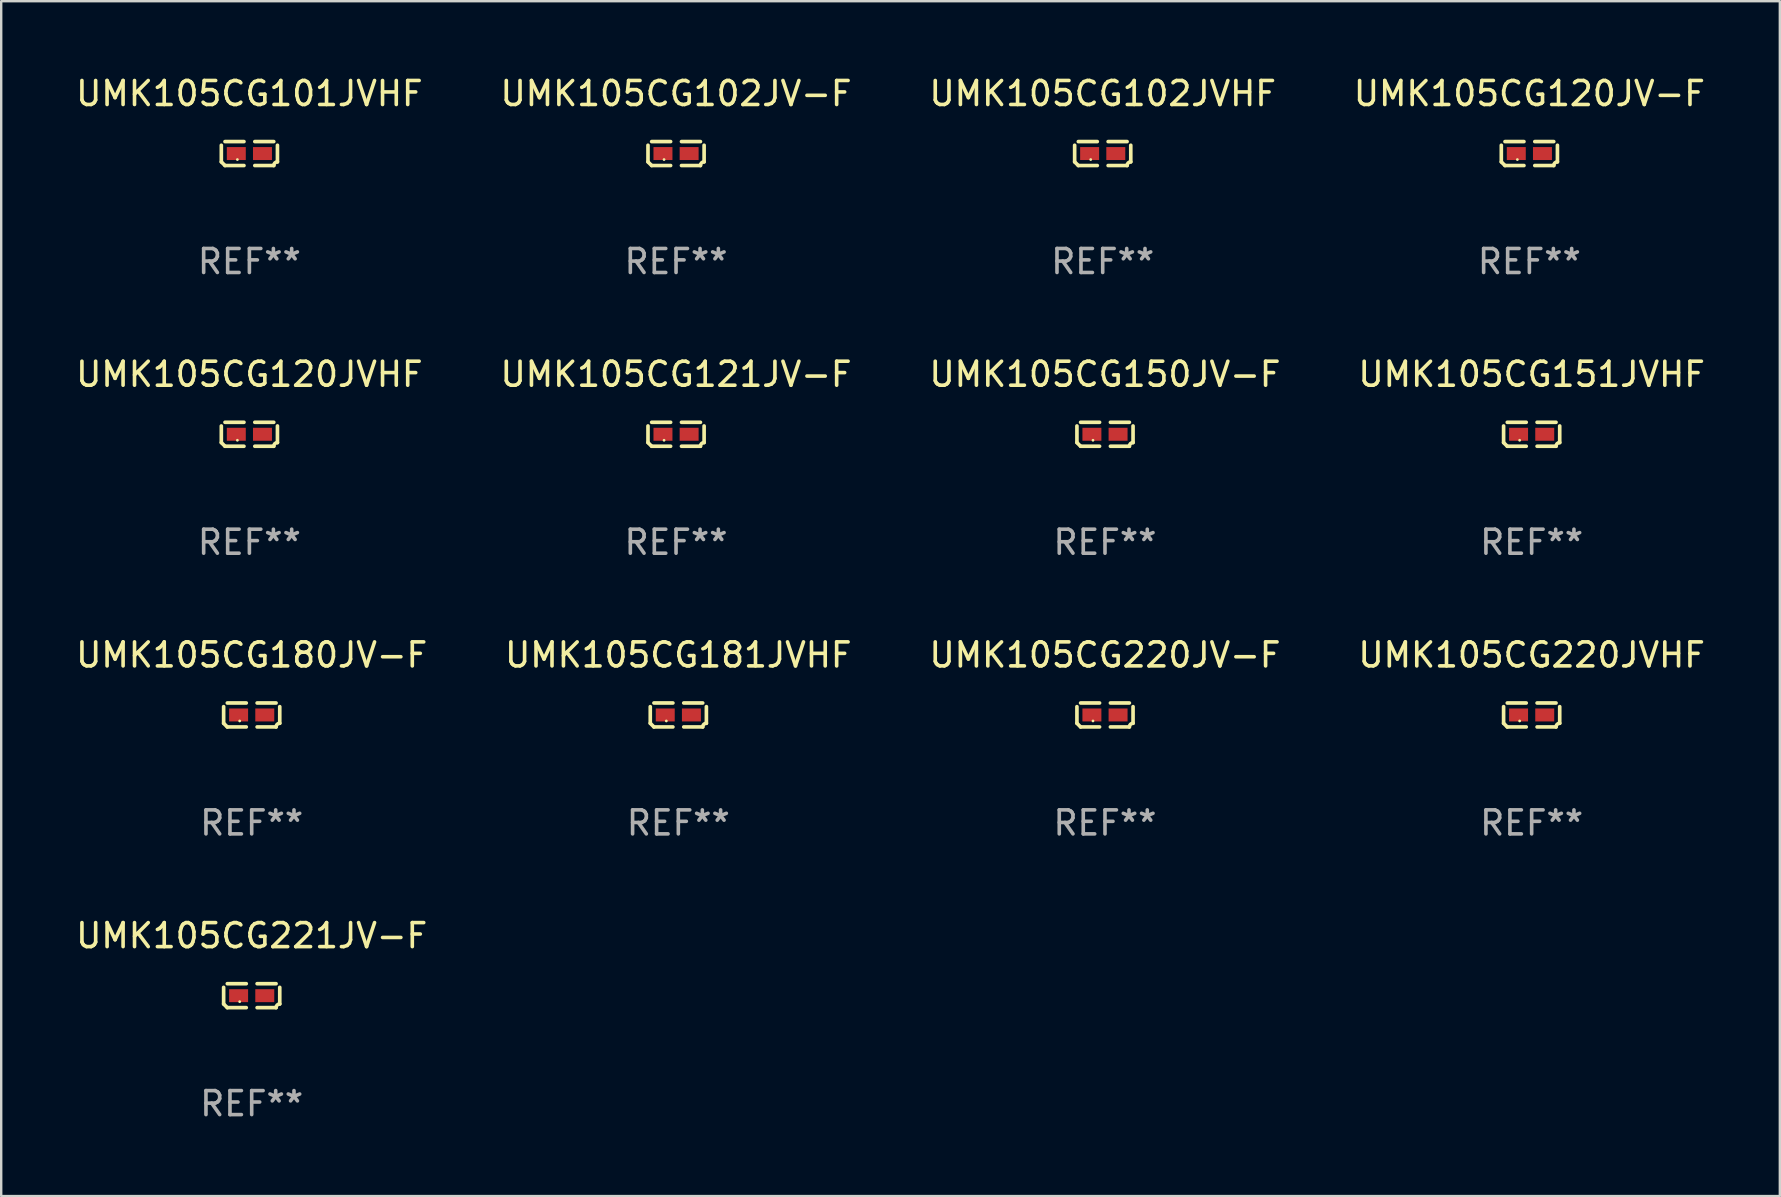
<source format=kicad_pcb>
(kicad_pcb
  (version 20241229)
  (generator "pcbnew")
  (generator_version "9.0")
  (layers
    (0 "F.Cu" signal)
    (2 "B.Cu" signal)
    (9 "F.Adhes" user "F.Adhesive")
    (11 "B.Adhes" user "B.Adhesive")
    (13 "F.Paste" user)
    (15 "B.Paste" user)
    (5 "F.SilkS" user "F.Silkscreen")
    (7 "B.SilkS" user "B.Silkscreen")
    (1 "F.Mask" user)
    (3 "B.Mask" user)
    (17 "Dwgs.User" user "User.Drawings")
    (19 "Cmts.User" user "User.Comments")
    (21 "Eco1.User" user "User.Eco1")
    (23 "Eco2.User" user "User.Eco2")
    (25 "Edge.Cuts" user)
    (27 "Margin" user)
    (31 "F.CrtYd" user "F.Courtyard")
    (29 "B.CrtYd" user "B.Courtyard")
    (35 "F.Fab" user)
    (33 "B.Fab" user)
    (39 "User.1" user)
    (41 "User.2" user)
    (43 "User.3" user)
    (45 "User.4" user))
  (footprint "UMK105CG220JV-F"
    (layer "F.Cu")
    (at 42.982 26.734)
    (property "Reference" "UMK105CG220JV-F" (at 0 -2.499 0) (layer "F.SilkS") (effects (font (size 1 1) (thickness 0.15))))
    (attr through_hole)
    (fp_line (start -1.169 0.346) (end -1.169 -0.346) (stroke (width 0.152) (type solid)) (layer "F.SilkS"))
    (fp_line (start -1.016 -0.499) (end -0.226 -0.499) (stroke (width 0.152) (type solid)) (layer "F.SilkS"))
    (fp_line (start -0.226 0.499) (end -1.016 0.499) (stroke (width 0.152) (type solid)) (layer "F.SilkS"))
    (fp_line (start 0.226 0.499) (end 1.016 0.499) (stroke (width 0.152) (type solid)) (layer "F.SilkS"))
    (fp_line (start 1.016 -0.499) (end 0.226 -0.499) (stroke (width 0.152) (type solid)) (layer "F.SilkS"))
    (fp_line (start 1.169 0.346) (end 1.169 -0.346) (stroke (width 0.152) (type solid)) (layer "F.SilkS"))
    (fp_arc (start -1.016307 0.498603) (mid -1.092512 0.422405) (end -1.16871 0.3462) (stroke (width 0.1524) (type solid)) (layer "F.SilkS"))
    (fp_arc (start 1.016307 0.498603) (mid 1.060899 0.390758) (end 1.168707 0.346076) (stroke (width 0.1524) (type solid)) (layer "F.SilkS"))
    (fp_circle (center -0.5 0.25) (end -0.47 0.25) (stroke (width 0.06) (type solid)) (fill no) (layer "F.SilkS"))
    (fp_text user "REF**" (at 0 4.499 0) (layer "F.Fab") (effects (font (size 1 1) (thickness 0.15))))
    (pad "1" smd rect (at -0.545 0) (size 0.79 0.54) (layers "F.Cu" "F.Mask" "F.Paste"))
    (pad "2" smd rect (at 0.545 0) (size 0.79 0.54) (layers "F.Cu" "F.Mask" "F.Paste")))
  (footprint "UMK105CG102JVHF"
    (layer "F.Cu")
    (at 42.887 3.347)
    (property "Reference" "UMK105CG102JVHF" (at 0 -2.499 0) (layer "F.SilkS") (effects (font (size 1 1) (thickness 0.15))))
    (attr through_hole)
    (fp_line (start -1.169 0.346) (end -1.169 -0.346) (stroke (width 0.152) (type solid)) (layer "F.SilkS"))
    (fp_line (start -1.016 -0.499) (end -0.226 -0.499) (stroke (width 0.152) (type solid)) (layer "F.SilkS"))
    (fp_line (start -0.226 0.499) (end -1.016 0.499) (stroke (width 0.152) (type solid)) (layer "F.SilkS"))
    (fp_line (start 0.226 0.499) (end 1.016 0.499) (stroke (width 0.152) (type solid)) (layer "F.SilkS"))
    (fp_line (start 1.016 -0.499) (end 0.226 -0.499) (stroke (width 0.152) (type solid)) (layer "F.SilkS"))
    (fp_line (start 1.169 0.346) (end 1.169 -0.346) (stroke (width 0.152) (type solid)) (layer "F.SilkS"))
    (fp_arc (start -1.016307 0.498603) (mid -1.092512 0.422405) (end -1.16871 0.3462) (stroke (width 0.1524) (type solid)) (layer "F.SilkS"))
    (fp_arc (start 1.016307 0.498603) (mid 1.060899 0.390758) (end 1.168707 0.346076) (stroke (width 0.1524) (type solid)) (layer "F.SilkS"))
    (fp_circle (center -0.5 0.25) (end -0.47 0.25) (stroke (width 0.06) (type solid)) (fill no) (layer "F.SilkS"))
    (fp_text user "REF**" (at 0 4.499 0) (layer "F.Fab") (effects (font (size 1 1) (thickness 0.15))))
    (pad "1" smd rect (at -0.545 0) (size 0.79 0.54) (layers "F.Cu" "F.Mask" "F.Paste"))
    (pad "2" smd rect (at 0.545 0) (size 0.79 0.54) (layers "F.Cu" "F.Mask" "F.Paste")))
  (footprint "UMK105CG121JV-F"
    (layer "F.Cu")
    (at 25.113 15.041)
    (property "Reference" "UMK105CG121JV-F" (at 0 -2.499 0) (layer "F.SilkS") (effects (font (size 1 1) (thickness 0.15))))
    (attr through_hole)
    (fp_line (start -1.169 0.346) (end -1.169 -0.346) (stroke (width 0.152) (type solid)) (layer "F.SilkS"))
    (fp_line (start -1.016 -0.499) (end -0.226 -0.499) (stroke (width 0.152) (type solid)) (layer "F.SilkS"))
    (fp_line (start -0.226 0.499) (end -1.016 0.499) (stroke (width 0.152) (type solid)) (layer "F.SilkS"))
    (fp_line (start 0.226 0.499) (end 1.016 0.499) (stroke (width 0.152) (type solid)) (layer "F.SilkS"))
    (fp_line (start 1.016 -0.499) (end 0.226 -0.499) (stroke (width 0.152) (type solid)) (layer "F.SilkS"))
    (fp_line (start 1.169 0.346) (end 1.169 -0.346) (stroke (width 0.152) (type solid)) (layer "F.SilkS"))
    (fp_arc (start -1.016307 0.498603) (mid -1.092512 0.422405) (end -1.16871 0.3462) (stroke (width 0.1524) (type solid)) (layer "F.SilkS"))
    (fp_arc (start 1.016307 0.498603) (mid 1.060899 0.390758) (end 1.168707 0.346076) (stroke (width 0.1524) (type solid)) (layer "F.SilkS"))
    (fp_circle (center -0.5 0.25) (end -0.47 0.25) (stroke (width 0.06) (type solid)) (fill no) (layer "F.SilkS"))
    (fp_text user "REF**" (at 0 4.499 0) (layer "F.Fab") (effects (font (size 1 1) (thickness 0.15))))
    (pad "1" smd rect (at -0.545 0) (size 0.79 0.54) (layers "F.Cu" "F.Mask" "F.Paste"))
    (pad "2" smd rect (at 0.545 0) (size 0.79 0.54) (layers "F.Cu" "F.Mask" "F.Paste")))
  (footprint "UMK105CG120JVHF"
    (layer "F.Cu")
    (at 7.339 15.041)
    (property "Reference" "UMK105CG120JVHF" (at 0 -2.499 0) (layer "F.SilkS") (effects (font (size 1 1) (thickness 0.15))))
    (attr through_hole)
    (fp_line (start -1.169 0.346) (end -1.169 -0.346) (stroke (width 0.152) (type solid)) (layer "F.SilkS"))
    (fp_line (start -1.016 -0.499) (end -0.226 -0.499) (stroke (width 0.152) (type solid)) (layer "F.SilkS"))
    (fp_line (start -0.226 0.499) (end -1.016 0.499) (stroke (width 0.152) (type solid)) (layer "F.SilkS"))
    (fp_line (start 0.226 0.499) (end 1.016 0.499) (stroke (width 0.152) (type solid)) (layer "F.SilkS"))
    (fp_line (start 1.016 -0.499) (end 0.226 -0.499) (stroke (width 0.152) (type solid)) (layer "F.SilkS"))
    (fp_line (start 1.169 0.346) (end 1.169 -0.346) (stroke (width 0.152) (type solid)) (layer "F.SilkS"))
    (fp_arc (start -1.016307 0.498603) (mid -1.092512 0.422405) (end -1.16871 0.3462) (stroke (width 0.1524) (type solid)) (layer "F.SilkS"))
    (fp_arc (start 1.016307 0.498603) (mid 1.060899 0.390758) (end 1.168707 0.346076) (stroke (width 0.1524) (type solid)) (layer "F.SilkS"))
    (fp_circle (center -0.5 0.25) (end -0.47 0.25) (stroke (width 0.06) (type solid)) (fill no) (layer "F.SilkS"))
    (fp_text user "REF**" (at 0 4.499 0) (layer "F.Fab") (effects (font (size 1 1) (thickness 0.15))))
    (pad "1" smd rect (at -0.545 0) (size 0.79 0.54) (layers "F.Cu" "F.Mask" "F.Paste"))
    (pad "2" smd rect (at 0.545 0) (size 0.79 0.54) (layers "F.Cu" "F.Mask" "F.Paste")))
  (footprint "UMK105CG221JV-F"
    (layer "F.Cu")
    (at 7.435 38.428)
    (property "Reference" "UMK105CG221JV-F" (at 0 -2.499 0) (layer "F.SilkS") (effects (font (size 1 1) (thickness 0.15))))
    (attr through_hole)
    (fp_line (start -1.169 0.346) (end -1.169 -0.346) (stroke (width 0.152) (type solid)) (layer "F.SilkS"))
    (fp_line (start -1.016 -0.499) (end -0.226 -0.499) (stroke (width 0.152) (type solid)) (layer "F.SilkS"))
    (fp_line (start -0.226 0.499) (end -1.016 0.499) (stroke (width 0.152) (type solid)) (layer "F.SilkS"))
    (fp_line (start 0.226 0.499) (end 1.016 0.499) (stroke (width 0.152) (type solid)) (layer "F.SilkS"))
    (fp_line (start 1.016 -0.499) (end 0.226 -0.499) (stroke (width 0.152) (type solid)) (layer "F.SilkS"))
    (fp_line (start 1.169 0.346) (end 1.169 -0.346) (stroke (width 0.152) (type solid)) (layer "F.SilkS"))
    (fp_arc (start -1.016307 0.498603) (mid -1.092512 0.422405) (end -1.16871 0.3462) (stroke (width 0.1524) (type solid)) (layer "F.SilkS"))
    (fp_arc (start 1.016307 0.498603) (mid 1.060899 0.390758) (end 1.168707 0.346076) (stroke (width 0.1524) (type solid)) (layer "F.SilkS"))
    (fp_circle (center -0.5 0.25) (end -0.47 0.25) (stroke (width 0.06) (type solid)) (fill no) (layer "F.SilkS"))
    (fp_text user "REF**" (at 0 4.499 0) (layer "F.Fab") (effects (font (size 1 1) (thickness 0.15))))
    (pad "1" smd rect (at -0.545 0) (size 0.79 0.54) (layers "F.Cu" "F.Mask" "F.Paste"))
    (pad "2" smd rect (at 0.545 0) (size 0.79 0.54) (layers "F.Cu" "F.Mask" "F.Paste")))
  (footprint "UMK105CG102JV-F"
    (layer "F.Cu")
    (at 25.113 3.347)
    (property "Reference" "UMK105CG102JV-F" (at 0 -2.499 0) (layer "F.SilkS") (effects (font (size 1 1) (thickness 0.15))))
    (attr through_hole)
    (fp_line (start -1.169 0.346) (end -1.169 -0.346) (stroke (width 0.152) (type solid)) (layer "F.SilkS"))
    (fp_line (start -1.016 -0.499) (end -0.226 -0.499) (stroke (width 0.152) (type solid)) (layer "F.SilkS"))
    (fp_line (start -0.226 0.499) (end -1.016 0.499) (stroke (width 0.152) (type solid)) (layer "F.SilkS"))
    (fp_line (start 0.226 0.499) (end 1.016 0.499) (stroke (width 0.152) (type solid)) (layer "F.SilkS"))
    (fp_line (start 1.016 -0.499) (end 0.226 -0.499) (stroke (width 0.152) (type solid)) (layer "F.SilkS"))
    (fp_line (start 1.169 0.346) (end 1.169 -0.346) (stroke (width 0.152) (type solid)) (layer "F.SilkS"))
    (fp_arc (start -1.016307 0.498603) (mid -1.092512 0.422405) (end -1.16871 0.3462) (stroke (width 0.1524) (type solid)) (layer "F.SilkS"))
    (fp_arc (start 1.016307 0.498603) (mid 1.060899 0.390758) (end 1.168707 0.346076) (stroke (width 0.1524) (type solid)) (layer "F.SilkS"))
    (fp_circle (center -0.5 0.25) (end -0.47 0.25) (stroke (width 0.06) (type solid)) (fill no) (layer "F.SilkS"))
    (fp_text user "REF**" (at 0 4.499 0) (layer "F.Fab") (effects (font (size 1 1) (thickness 0.15))))
    (pad "1" smd rect (at -0.545 0) (size 0.79 0.54) (layers "F.Cu" "F.Mask" "F.Paste"))
    (pad "2" smd rect (at 0.545 0) (size 0.79 0.54) (layers "F.Cu" "F.Mask" "F.Paste")))
  (footprint "UMK105CG150JV-F"
    (layer "F.Cu")
    (at 42.982 15.041)
    (property "Reference" "UMK105CG150JV-F" (at 0 -2.499 0) (layer "F.SilkS") (effects (font (size 1 1) (thickness 0.15))))
    (attr through_hole)
    (fp_line (start -1.169 0.346) (end -1.169 -0.346) (stroke (width 0.152) (type solid)) (layer "F.SilkS"))
    (fp_line (start -1.016 -0.499) (end -0.226 -0.499) (stroke (width 0.152) (type solid)) (layer "F.SilkS"))
    (fp_line (start -0.226 0.499) (end -1.016 0.499) (stroke (width 0.152) (type solid)) (layer "F.SilkS"))
    (fp_line (start 0.226 0.499) (end 1.016 0.499) (stroke (width 0.152) (type solid)) (layer "F.SilkS"))
    (fp_line (start 1.016 -0.499) (end 0.226 -0.499) (stroke (width 0.152) (type solid)) (layer "F.SilkS"))
    (fp_line (start 1.169 0.346) (end 1.169 -0.346) (stroke (width 0.152) (type solid)) (layer "F.SilkS"))
    (fp_arc (start -1.016307 0.498603) (mid -1.092512 0.422405) (end -1.16871 0.3462) (stroke (width 0.1524) (type solid)) (layer "F.SilkS"))
    (fp_arc (start 1.016307 0.498603) (mid 1.060899 0.390758) (end 1.168707 0.346076) (stroke (width 0.1524) (type solid)) (layer "F.SilkS"))
    (fp_circle (center -0.5 0.25) (end -0.47 0.25) (stroke (width 0.06) (type solid)) (fill no) (layer "F.SilkS"))
    (fp_text user "REF**" (at 0 4.499 0) (layer "F.Fab") (effects (font (size 1 1) (thickness 0.15))))
    (pad "1" smd rect (at -0.545 0) (size 0.79 0.54) (layers "F.Cu" "F.Mask" "F.Paste"))
    (pad "2" smd rect (at 0.545 0) (size 0.79 0.54) (layers "F.Cu" "F.Mask" "F.Paste")))
  (footprint "UMK105CG151JVHF"
    (layer "F.Cu")
    (at 60.756 15.041)
    (property "Reference" "UMK105CG151JVHF" (at 0 -2.499 0) (layer "F.SilkS") (effects (font (size 1 1) (thickness 0.15))))
    (attr through_hole)
    (fp_line (start -1.169 0.346) (end -1.169 -0.346) (stroke (width 0.152) (type solid)) (layer "F.SilkS"))
    (fp_line (start -1.016 -0.499) (end -0.226 -0.499) (stroke (width 0.152) (type solid)) (layer "F.SilkS"))
    (fp_line (start -0.226 0.499) (end -1.016 0.499) (stroke (width 0.152) (type solid)) (layer "F.SilkS"))
    (fp_line (start 0.226 0.499) (end 1.016 0.499) (stroke (width 0.152) (type solid)) (layer "F.SilkS"))
    (fp_line (start 1.016 -0.499) (end 0.226 -0.499) (stroke (width 0.152) (type solid)) (layer "F.SilkS"))
    (fp_line (start 1.169 0.346) (end 1.169 -0.346) (stroke (width 0.152) (type solid)) (layer "F.SilkS"))
    (fp_arc (start -1.016307 0.498603) (mid -1.092512 0.422405) (end -1.16871 0.3462) (stroke (width 0.1524) (type solid)) (layer "F.SilkS"))
    (fp_arc (start 1.016307 0.498603) (mid 1.060899 0.390758) (end 1.168707 0.346076) (stroke (width 0.1524) (type solid)) (layer "F.SilkS"))
    (fp_circle (center -0.5 0.25) (end -0.47 0.25) (stroke (width 0.06) (type solid)) (fill no) (layer "F.SilkS"))
    (fp_text user "REF**" (at 0 4.499 0) (layer "F.Fab") (effects (font (size 1 1) (thickness 0.15))))
    (pad "1" smd rect (at -0.545 0) (size 0.79 0.54) (layers "F.Cu" "F.Mask" "F.Paste"))
    (pad "2" smd rect (at 0.545 0) (size 0.79 0.54) (layers "F.Cu" "F.Mask" "F.Paste")))
  (footprint "UMK105CG180JV-F"
    (layer "F.Cu")
    (at 7.435 26.734)
    (property "Reference" "UMK105CG180JV-F" (at 0 -2.499 0) (layer "F.SilkS") (effects (font (size 1 1) (thickness 0.15))))
    (attr through_hole)
    (fp_line (start -1.169 0.346) (end -1.169 -0.346) (stroke (width 0.152) (type solid)) (layer "F.SilkS"))
    (fp_line (start -1.016 -0.499) (end -0.226 -0.499) (stroke (width 0.152) (type solid)) (layer "F.SilkS"))
    (fp_line (start -0.226 0.499) (end -1.016 0.499) (stroke (width 0.152) (type solid)) (layer "F.SilkS"))
    (fp_line (start 0.226 0.499) (end 1.016 0.499) (stroke (width 0.152) (type solid)) (layer "F.SilkS"))
    (fp_line (start 1.016 -0.499) (end 0.226 -0.499) (stroke (width 0.152) (type solid)) (layer "F.SilkS"))
    (fp_line (start 1.169 0.346) (end 1.169 -0.346) (stroke (width 0.152) (type solid)) (layer "F.SilkS"))
    (fp_arc (start -1.016307 0.498603) (mid -1.092512 0.422405) (end -1.16871 0.3462) (stroke (width 0.1524) (type solid)) (layer "F.SilkS"))
    (fp_arc (start 1.016307 0.498603) (mid 1.060899 0.390758) (end 1.168707 0.346076) (stroke (width 0.1524) (type solid)) (layer "F.SilkS"))
    (fp_circle (center -0.5 0.25) (end -0.47 0.25) (stroke (width 0.06) (type solid)) (fill no) (layer "F.SilkS"))
    (fp_text user "REF**" (at 0 4.499 0) (layer "F.Fab") (effects (font (size 1 1) (thickness 0.15))))
    (pad "1" smd rect (at -0.545 0) (size 0.79 0.54) (layers "F.Cu" "F.Mask" "F.Paste"))
    (pad "2" smd rect (at 0.545 0) (size 0.79 0.54) (layers "F.Cu" "F.Mask" "F.Paste")))
  (footprint "UMK105CG220JVHF"
    (layer "F.Cu")
    (at 60.756 26.734)
    (property "Reference" "UMK105CG220JVHF" (at 0 -2.499 0) (layer "F.SilkS") (effects (font (size 1 1) (thickness 0.15))))
    (attr through_hole)
    (fp_line (start -1.169 0.346) (end -1.169 -0.346) (stroke (width 0.152) (type solid)) (layer "F.SilkS"))
    (fp_line (start -1.016 -0.499) (end -0.226 -0.499) (stroke (width 0.152) (type solid)) (layer "F.SilkS"))
    (fp_line (start -0.226 0.499) (end -1.016 0.499) (stroke (width 0.152) (type solid)) (layer "F.SilkS"))
    (fp_line (start 0.226 0.499) (end 1.016 0.499) (stroke (width 0.152) (type solid)) (layer "F.SilkS"))
    (fp_line (start 1.016 -0.499) (end 0.226 -0.499) (stroke (width 0.152) (type solid)) (layer "F.SilkS"))
    (fp_line (start 1.169 0.346) (end 1.169 -0.346) (stroke (width 0.152) (type solid)) (layer "F.SilkS"))
    (fp_arc (start -1.016307 0.498603) (mid -1.092512 0.422405) (end -1.16871 0.3462) (stroke (width 0.1524) (type solid)) (layer "F.SilkS"))
    (fp_arc (start 1.016307 0.498603) (mid 1.060899 0.390758) (end 1.168707 0.346076) (stroke (width 0.1524) (type solid)) (layer "F.SilkS"))
    (fp_circle (center -0.5 0.25) (end -0.47 0.25) (stroke (width 0.06) (type solid)) (fill no) (layer "F.SilkS"))
    (fp_text user "REF**" (at 0 4.499 0) (layer "F.Fab") (effects (font (size 1 1) (thickness 0.15))))
    (pad "1" smd rect (at -0.545 0) (size 0.79 0.54) (layers "F.Cu" "F.Mask" "F.Paste"))
    (pad "2" smd rect (at 0.545 0) (size 0.79 0.54) (layers "F.Cu" "F.Mask" "F.Paste")))
  (footprint "UMK105CG181JVHF"
    (layer "F.Cu")
    (at 25.208 26.734)
    (property "Reference" "UMK105CG181JVHF" (at 0 -2.499 0) (layer "F.SilkS") (effects (font (size 1 1) (thickness 0.15))))
    (attr through_hole)
    (fp_line (start -1.169 0.346) (end -1.169 -0.346) (stroke (width 0.152) (type solid)) (layer "F.SilkS"))
    (fp_line (start -1.016 -0.499) (end -0.226 -0.499) (stroke (width 0.152) (type solid)) (layer "F.SilkS"))
    (fp_line (start -0.226 0.499) (end -1.016 0.499) (stroke (width 0.152) (type solid)) (layer "F.SilkS"))
    (fp_line (start 0.226 0.499) (end 1.016 0.499) (stroke (width 0.152) (type solid)) (layer "F.SilkS"))
    (fp_line (start 1.016 -0.499) (end 0.226 -0.499) (stroke (width 0.152) (type solid)) (layer "F.SilkS"))
    (fp_line (start 1.169 0.346) (end 1.169 -0.346) (stroke (width 0.152) (type solid)) (layer "F.SilkS"))
    (fp_arc (start -1.016307 0.498603) (mid -1.092512 0.422405) (end -1.16871 0.3462) (stroke (width 0.1524) (type solid)) (layer "F.SilkS"))
    (fp_arc (start 1.016307 0.498603) (mid 1.060899 0.390758) (end 1.168707 0.346076) (stroke (width 0.1524) (type solid)) (layer "F.SilkS"))
    (fp_circle (center -0.5 0.25) (end -0.47 0.25) (stroke (width 0.06) (type solid)) (fill no) (layer "F.SilkS"))
    (fp_text user "REF**" (at 0 4.499 0) (layer "F.Fab") (effects (font (size 1 1) (thickness 0.15))))
    (pad "1" smd rect (at -0.545 0) (size 0.79 0.54) (layers "F.Cu" "F.Mask" "F.Paste"))
    (pad "2" smd rect (at 0.545 0) (size 0.79 0.54) (layers "F.Cu" "F.Mask" "F.Paste")))
  (footprint "UMK105CG101JVHF"
    (layer "F.Cu")
    (at 7.339 3.347)
    (property "Reference" "UMK105CG101JVHF" (at 0 -2.499 0) (layer "F.SilkS") (effects (font (size 1 1) (thickness 0.15))))
    (attr through_hole)
    (fp_line (start -1.169 0.346) (end -1.169 -0.346) (stroke (width 0.152) (type solid)) (layer "F.SilkS"))
    (fp_line (start -1.016 -0.499) (end -0.226 -0.499) (stroke (width 0.152) (type solid)) (layer "F.SilkS"))
    (fp_line (start -0.226 0.499) (end -1.016 0.499) (stroke (width 0.152) (type solid)) (layer "F.SilkS"))
    (fp_line (start 0.226 0.499) (end 1.016 0.499) (stroke (width 0.152) (type solid)) (layer "F.SilkS"))
    (fp_line (start 1.016 -0.499) (end 0.226 -0.499) (stroke (width 0.152) (type solid)) (layer "F.SilkS"))
    (fp_line (start 1.169 0.346) (end 1.169 -0.346) (stroke (width 0.152) (type solid)) (layer "F.SilkS"))
    (fp_arc (start -1.016307 0.498603) (mid -1.092512 0.422405) (end -1.16871 0.3462) (stroke (width 0.1524) (type solid)) (layer "F.SilkS"))
    (fp_arc (start 1.016307 0.498603) (mid 1.060899 0.390758) (end 1.168707 0.346076) (stroke (width 0.1524) (type solid)) (layer "F.SilkS"))
    (fp_circle (center -0.5 0.25) (end -0.47 0.25) (stroke (width 0.06) (type solid)) (fill no) (layer "F.SilkS"))
    (fp_text user "REF**" (at 0 4.499 0) (layer "F.Fab") (effects (font (size 1 1) (thickness 0.15))))
    (pad "1" smd rect (at -0.545 0) (size 0.79 0.54) (layers "F.Cu" "F.Mask" "F.Paste"))
    (pad "2" smd rect (at 0.545 0) (size 0.79 0.54) (layers "F.Cu" "F.Mask" "F.Paste")))
  (footprint "UMK105CG120JV-F"
    (layer "F.Cu")
    (at 60.661 3.347)
    (property "Reference" "UMK105CG120JV-F" (at 0 -2.499 0) (layer "F.SilkS") (effects (font (size 1 1) (thickness 0.15))))
    (attr through_hole)
    (fp_line (start -1.169 0.346) (end -1.169 -0.346) (stroke (width 0.152) (type solid)) (layer "F.SilkS"))
    (fp_line (start -1.016 -0.499) (end -0.226 -0.499) (stroke (width 0.152) (type solid)) (layer "F.SilkS"))
    (fp_line (start -0.226 0.499) (end -1.016 0.499) (stroke (width 0.152) (type solid)) (layer "F.SilkS"))
    (fp_line (start 0.226 0.499) (end 1.016 0.499) (stroke (width 0.152) (type solid)) (layer "F.SilkS"))
    (fp_line (start 1.016 -0.499) (end 0.226 -0.499) (stroke (width 0.152) (type solid)) (layer "F.SilkS"))
    (fp_line (start 1.169 0.346) (end 1.169 -0.346) (stroke (width 0.152) (type solid)) (layer "F.SilkS"))
    (fp_arc (start -1.016307 0.498603) (mid -1.092512 0.422405) (end -1.16871 0.3462) (stroke (width 0.1524) (type solid)) (layer "F.SilkS"))
    (fp_arc (start 1.016307 0.498603) (mid 1.060899 0.390758) (end 1.168707 0.346076) (stroke (width 0.1524) (type solid)) (layer "F.SilkS"))
    (fp_circle (center -0.5 0.25) (end -0.47 0.25) (stroke (width 0.06) (type solid)) (fill no) (layer "F.SilkS"))
    (fp_text user "REF**" (at 0 4.499 0) (layer "F.Fab") (effects (font (size 1 1) (thickness 0.15))))
    (pad "1" smd rect (at -0.545 0) (size 0.79 0.54) (layers "F.Cu" "F.Mask" "F.Paste"))
    (pad "2" smd rect (at 0.545 0) (size 0.79 0.54) (layers "F.Cu" "F.Mask" "F.Paste")))
  (gr_rect
    (start -3 -3)
    (end 71.095 46.775)
    (stroke (width 0.1) (type default))
    (fill no)
    (layer "Edge.Cuts")))
</source>
